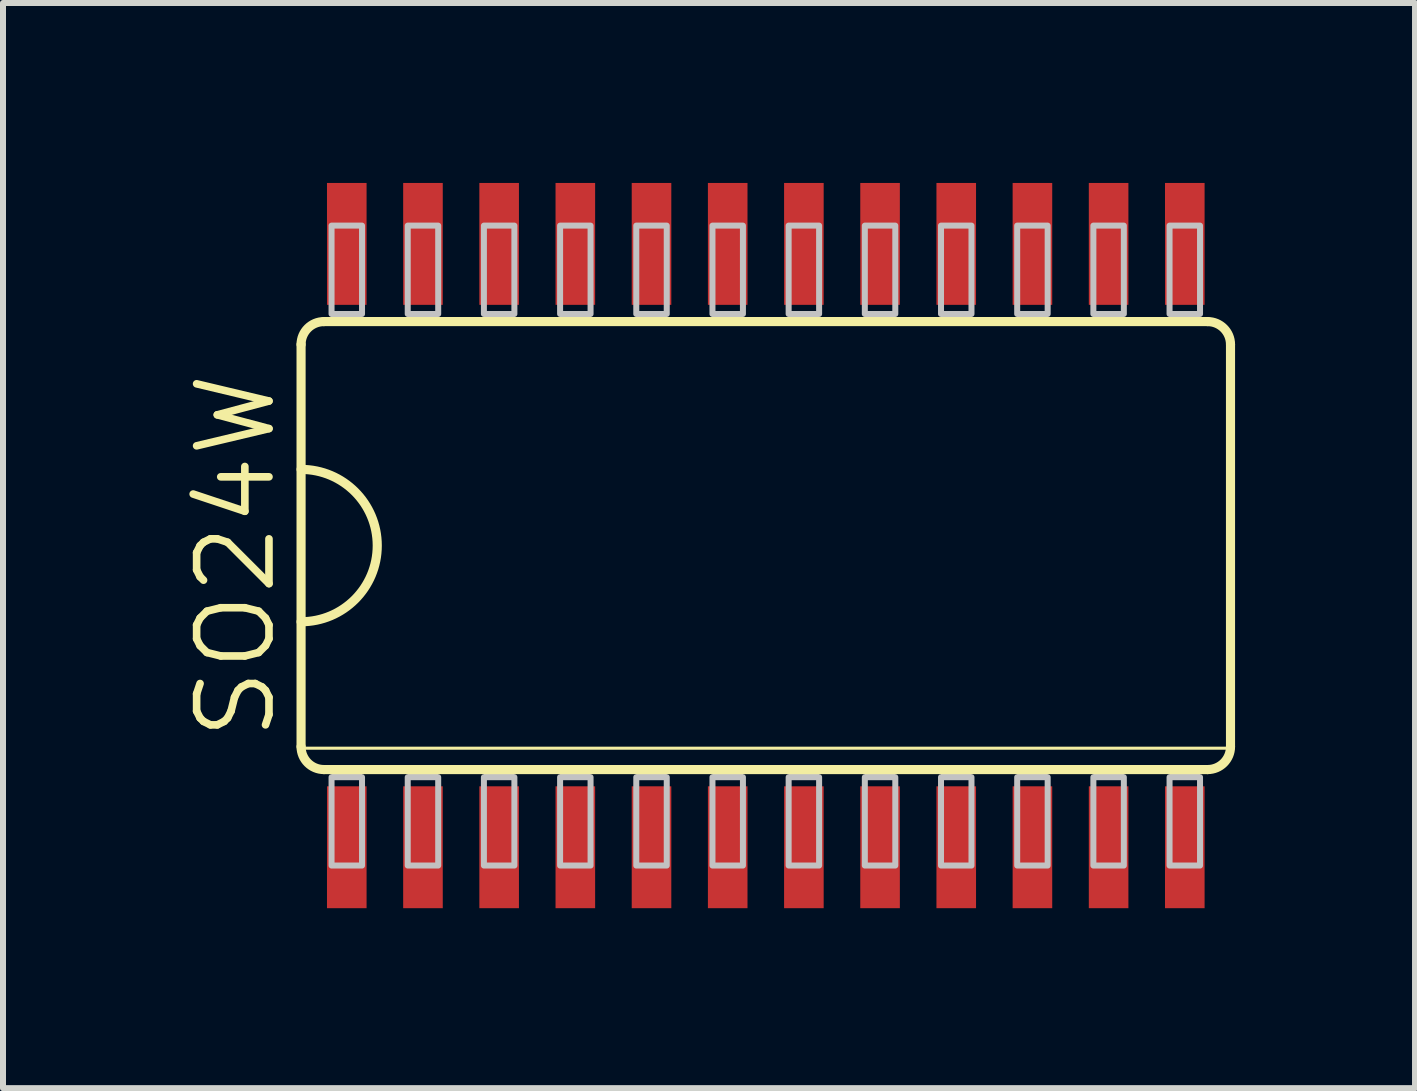
<source format=kicad_pcb>
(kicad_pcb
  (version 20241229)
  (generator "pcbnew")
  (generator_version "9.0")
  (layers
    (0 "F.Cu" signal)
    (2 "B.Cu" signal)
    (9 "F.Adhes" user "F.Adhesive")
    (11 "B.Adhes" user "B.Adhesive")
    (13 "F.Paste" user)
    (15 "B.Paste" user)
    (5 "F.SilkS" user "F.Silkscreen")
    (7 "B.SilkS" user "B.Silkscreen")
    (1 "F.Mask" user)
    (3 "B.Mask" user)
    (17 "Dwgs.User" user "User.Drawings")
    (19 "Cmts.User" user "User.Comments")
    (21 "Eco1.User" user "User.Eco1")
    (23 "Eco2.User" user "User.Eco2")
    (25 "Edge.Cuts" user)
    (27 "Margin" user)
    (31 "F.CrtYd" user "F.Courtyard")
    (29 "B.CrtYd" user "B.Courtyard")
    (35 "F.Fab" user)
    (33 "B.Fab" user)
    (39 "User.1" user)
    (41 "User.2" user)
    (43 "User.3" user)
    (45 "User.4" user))
  (footprint "SO24W"
    (layer "F.Cu")
    (at 9.716 6.045)
    (property "Reference" "SO24W" (at -8.128 3.302 90) (layer "F.SilkS") (effects (font (size 1.206 1.206) (thickness 0.127)) (justify left bottom)))
    (attr through_hole)
    (fp_line (start -7.747 -3.353) (end -7.747 3.353) (stroke (width 0.152) (type solid)) (layer "F.SilkS"))
    (fp_line (start -7.747 3.378) (end 7.747 3.378) (stroke (width 0.051) (type solid)) (layer "F.SilkS"))
    (fp_line (start -7.366 3.734) (end 7.366 3.734) (stroke (width 0.152) (type solid)) (layer "F.SilkS"))
    (fp_line (start 7.366 -3.734) (end -7.366 -3.734) (stroke (width 0.152) (type solid)) (layer "F.SilkS"))
    (fp_line (start 7.747 3.353) (end 7.747 -3.353) (stroke (width 0.152) (type solid)) (layer "F.SilkS"))
    (fp_arc (start -7.747 -3.3528) (mid -7.635408 -3.622208) (end -7.366 -3.7338) (stroke (width 0.1524) (type solid)) (layer "F.SilkS"))
    (fp_arc (start -7.747 -1.27) (mid -6.477 0) (end -7.747 1.27) (stroke (width 0.1524) (type solid)) (layer "F.SilkS"))
    (fp_arc (start -7.366 3.7338) (mid -7.635408 3.622208) (end -7.747 3.3528) (stroke (width 0.1524) (type solid)) (layer "F.SilkS"))
    (fp_arc (start 7.366 -3.7338) (mid 7.635408 -3.622208) (end 7.747 -3.3528) (stroke (width 0.1524) (type solid)) (layer "F.SilkS"))
    (fp_arc (start 7.747 3.3528) (mid 7.635408 3.622208) (end 7.366 3.7338) (stroke (width 0.1524) (type solid)) (layer "F.SilkS"))
    (fp_poly (pts (xy -7.239 -3.734) (xy -6.731 -3.734) (xy -6.731 -3.861) (xy -7.239 -3.861)) (stroke (width 0) (type solid)) (fill yes) (layer "F.SilkS"))
    (fp_poly (pts (xy -7.239 3.861) (xy -6.731 3.861) (xy -6.731 3.734) (xy -7.239 3.734)) (stroke (width 0) (type solid)) (fill yes) (layer "F.SilkS"))
    (fp_poly (pts (xy -5.969 -3.734) (xy -5.461 -3.734) (xy -5.461 -3.861) (xy -5.969 -3.861)) (stroke (width 0) (type solid)) (fill yes) (layer "F.SilkS"))
    (fp_poly (pts (xy -5.969 3.861) (xy -5.461 3.861) (xy -5.461 3.734) (xy -5.969 3.734)) (stroke (width 0) (type solid)) (fill yes) (layer "F.SilkS"))
    (fp_poly (pts (xy -4.699 -3.734) (xy -4.191 -3.734) (xy -4.191 -3.861) (xy -4.699 -3.861)) (stroke (width 0) (type solid)) (fill yes) (layer "F.SilkS"))
    (fp_poly (pts (xy -4.699 3.861) (xy -4.191 3.861) (xy -4.191 3.734) (xy -4.699 3.734)) (stroke (width 0) (type solid)) (fill yes) (layer "F.SilkS"))
    (fp_poly (pts (xy -3.429 -3.734) (xy -2.921 -3.734) (xy -2.921 -3.861) (xy -3.429 -3.861)) (stroke (width 0) (type solid)) (fill yes) (layer "F.SilkS"))
    (fp_poly (pts (xy -3.429 3.861) (xy -2.921 3.861) (xy -2.921 3.734) (xy -3.429 3.734)) (stroke (width 0) (type solid)) (fill yes) (layer "F.SilkS"))
    (fp_poly (pts (xy -2.159 -3.734) (xy -1.651 -3.734) (xy -1.651 -3.861) (xy -2.159 -3.861)) (stroke (width 0) (type solid)) (fill yes) (layer "F.SilkS"))
    (fp_poly (pts (xy -2.159 3.861) (xy -1.651 3.861) (xy -1.651 3.734) (xy -2.159 3.734)) (stroke (width 0) (type solid)) (fill yes) (layer "F.SilkS"))
    (fp_poly (pts (xy -0.889 -3.734) (xy -0.381 -3.734) (xy -0.381 -3.861) (xy -0.889 -3.861)) (stroke (width 0) (type solid)) (fill yes) (layer "F.SilkS"))
    (fp_poly (pts (xy -0.889 3.861) (xy -0.381 3.861) (xy -0.381 3.734) (xy -0.889 3.734)) (stroke (width 0) (type solid)) (fill yes) (layer "F.SilkS"))
    (fp_poly (pts (xy 0.381 -3.734) (xy 0.889 -3.734) (xy 0.889 -3.861) (xy 0.381 -3.861)) (stroke (width 0) (type solid)) (fill yes) (layer "F.SilkS"))
    (fp_poly (pts (xy 0.381 3.861) (xy 0.889 3.861) (xy 0.889 3.734) (xy 0.381 3.734)) (stroke (width 0) (type solid)) (fill yes) (layer "F.SilkS"))
    (fp_poly (pts (xy 1.651 -3.734) (xy 2.159 -3.734) (xy 2.159 -3.861) (xy 1.651 -3.861)) (stroke (width 0) (type solid)) (fill yes) (layer "F.SilkS"))
    (fp_poly (pts (xy 1.651 3.861) (xy 2.159 3.861) (xy 2.159 3.734) (xy 1.651 3.734)) (stroke (width 0) (type solid)) (fill yes) (layer "F.SilkS"))
    (fp_poly (pts (xy 2.921 -3.734) (xy 3.429 -3.734) (xy 3.429 -3.861) (xy 2.921 -3.861)) (stroke (width 0) (type solid)) (fill yes) (layer "F.SilkS"))
    (fp_poly (pts (xy 2.921 3.861) (xy 3.429 3.861) (xy 3.429 3.734) (xy 2.921 3.734)) (stroke (width 0) (type solid)) (fill yes) (layer "F.SilkS"))
    (fp_poly (pts (xy 4.191 -3.734) (xy 4.699 -3.734) (xy 4.699 -3.861) (xy 4.191 -3.861)) (stroke (width 0) (type solid)) (fill yes) (layer "F.SilkS"))
    (fp_poly (pts (xy 4.191 3.861) (xy 4.699 3.861) (xy 4.699 3.734) (xy 4.191 3.734)) (stroke (width 0) (type solid)) (fill yes) (layer "F.SilkS"))
    (fp_poly (pts (xy 5.461 -3.734) (xy 5.969 -3.734) (xy 5.969 -3.861) (xy 5.461 -3.861)) (stroke (width 0) (type solid)) (fill yes) (layer "F.SilkS"))
    (fp_poly (pts (xy 5.461 3.861) (xy 5.969 3.861) (xy 5.969 3.734) (xy 5.461 3.734)) (stroke (width 0) (type solid)) (fill yes) (layer "F.SilkS"))
    (fp_poly (pts (xy 6.731 -3.734) (xy 7.239 -3.734) (xy 7.239 -3.861) (xy 6.731 -3.861)) (stroke (width 0) (type solid)) (fill yes) (layer "F.SilkS"))
    (fp_poly (pts (xy 6.731 3.861) (xy 7.239 3.861) (xy 7.239 3.734) (xy 6.731 3.734)) (stroke (width 0) (type solid)) (fill yes) (layer "F.SilkS"))
    (fp_poly (pts (xy -7.239 -3.861) (xy -6.731 -3.861) (xy -6.731 -5.334) (xy -7.239 -5.334)) (stroke (width 0.1) (type solid)) (fill no) (layer "Dwgs.User"))
    (fp_poly (pts (xy -7.239 5.334) (xy -6.731 5.334) (xy -6.731 3.861) (xy -7.239 3.861)) (stroke (width 0.1) (type solid)) (fill no) (layer "Dwgs.User"))
    (fp_poly (pts (xy -5.969 -3.861) (xy -5.461 -3.861) (xy -5.461 -5.334) (xy -5.969 -5.334)) (stroke (width 0.1) (type solid)) (fill no) (layer "Dwgs.User"))
    (fp_poly (pts (xy -5.969 5.334) (xy -5.461 5.334) (xy -5.461 3.861) (xy -5.969 3.861)) (stroke (width 0.1) (type solid)) (fill no) (layer "Dwgs.User"))
    (fp_poly (pts (xy -4.699 -3.861) (xy -4.191 -3.861) (xy -4.191 -5.334) (xy -4.699 -5.334)) (stroke (width 0.1) (type solid)) (fill no) (layer "Dwgs.User"))
    (fp_poly (pts (xy -4.699 5.334) (xy -4.191 5.334) (xy -4.191 3.861) (xy -4.699 3.861)) (stroke (width 0.1) (type solid)) (fill no) (layer "Dwgs.User"))
    (fp_poly (pts (xy -3.429 -3.861) (xy -2.921 -3.861) (xy -2.921 -5.334) (xy -3.429 -5.334)) (stroke (width 0.1) (type solid)) (fill no) (layer "Dwgs.User"))
    (fp_poly (pts (xy -3.429 5.334) (xy -2.921 5.334) (xy -2.921 3.861) (xy -3.429 3.861)) (stroke (width 0.1) (type solid)) (fill no) (layer "Dwgs.User"))
    (fp_poly (pts (xy -2.159 -3.861) (xy -1.651 -3.861) (xy -1.651 -5.334) (xy -2.159 -5.334)) (stroke (width 0.1) (type solid)) (fill no) (layer "Dwgs.User"))
    (fp_poly (pts (xy -2.159 5.334) (xy -1.651 5.334) (xy -1.651 3.861) (xy -2.159 3.861)) (stroke (width 0.1) (type solid)) (fill no) (layer "Dwgs.User"))
    (fp_poly (pts (xy -0.889 -3.861) (xy -0.381 -3.861) (xy -0.381 -5.334) (xy -0.889 -5.334)) (stroke (width 0.1) (type solid)) (fill no) (layer "Dwgs.User"))
    (fp_poly (pts (xy -0.889 5.334) (xy -0.381 5.334) (xy -0.381 3.861) (xy -0.889 3.861)) (stroke (width 0.1) (type solid)) (fill no) (layer "Dwgs.User"))
    (fp_poly (pts (xy 0.381 -3.861) (xy 0.889 -3.861) (xy 0.889 -5.334) (xy 0.381 -5.334)) (stroke (width 0.1) (type solid)) (fill no) (layer "Dwgs.User"))
    (fp_poly (pts (xy 0.381 5.334) (xy 0.889 5.334) (xy 0.889 3.861) (xy 0.381 3.861)) (stroke (width 0.1) (type solid)) (fill no) (layer "Dwgs.User"))
    (fp_poly (pts (xy 1.651 -3.861) (xy 2.159 -3.861) (xy 2.159 -5.334) (xy 1.651 -5.334)) (stroke (width 0.1) (type solid)) (fill no) (layer "Dwgs.User"))
    (fp_poly (pts (xy 1.651 5.334) (xy 2.159 5.334) (xy 2.159 3.861) (xy 1.651 3.861)) (stroke (width 0.1) (type solid)) (fill no) (layer "Dwgs.User"))
    (fp_poly (pts (xy 2.921 -3.861) (xy 3.429 -3.861) (xy 3.429 -5.334) (xy 2.921 -5.334)) (stroke (width 0.1) (type solid)) (fill no) (layer "Dwgs.User"))
    (fp_poly (pts (xy 2.921 5.334) (xy 3.429 5.334) (xy 3.429 3.861) (xy 2.921 3.861)) (stroke (width 0.1) (type solid)) (fill no) (layer "Dwgs.User"))
    (fp_poly (pts (xy 4.191 -3.861) (xy 4.699 -3.861) (xy 4.699 -5.334) (xy 4.191 -5.334)) (stroke (width 0.1) (type solid)) (fill no) (layer "Dwgs.User"))
    (fp_poly (pts (xy 4.191 5.334) (xy 4.699 5.334) (xy 4.699 3.861) (xy 4.191 3.861)) (stroke (width 0.1) (type solid)) (fill no) (layer "Dwgs.User"))
    (fp_poly (pts (xy 5.461 -3.861) (xy 5.969 -3.861) (xy 5.969 -5.334) (xy 5.461 -5.334)) (stroke (width 0.1) (type solid)) (fill no) (layer "Dwgs.User"))
    (fp_poly (pts (xy 5.461 5.334) (xy 5.969 5.334) (xy 5.969 3.861) (xy 5.461 3.861)) (stroke (width 0.1) (type solid)) (fill no) (layer "Dwgs.User"))
    (fp_poly (pts (xy 6.731 -3.861) (xy 7.239 -3.861) (xy 7.239 -5.334) (xy 6.731 -5.334)) (stroke (width 0.1) (type solid)) (fill no) (layer "Dwgs.User"))
    (fp_poly (pts (xy 6.731 5.334) (xy 7.239 5.334) (xy 7.239 3.861) (xy 6.731 3.861)) (stroke (width 0.1) (type solid)) (fill no) (layer "Dwgs.User"))
    (pad "1" smd rect (at -6.985 5.029) (size 0.66 2.032) (layers "F.Cu" "F.Mask" "F.Paste"))
    (pad "2" smd rect (at -5.715 5.029) (size 0.66 2.032) (layers "F.Cu" "F.Mask" "F.Paste"))
    (pad "3" smd rect (at -4.445 5.029) (size 0.66 2.032) (layers "F.Cu" "F.Mask" "F.Paste"))
    (pad "4" smd rect (at -3.175 5.029) (size 0.66 2.032) (layers "F.Cu" "F.Mask" "F.Paste"))
    (pad "5" smd rect (at -1.905 5.029) (size 0.66 2.032) (layers "F.Cu" "F.Mask" "F.Paste"))
    (pad "6" smd rect (at -0.635 5.029) (size 0.66 2.032) (layers "F.Cu" "F.Mask" "F.Paste"))
    (pad "7" smd rect (at 0.635 5.029) (size 0.66 2.032) (layers "F.Cu" "F.Mask" "F.Paste"))
    (pad "8" smd rect (at 1.905 5.029) (size 0.66 2.032) (layers "F.Cu" "F.Mask" "F.Paste"))
    (pad "9" smd rect (at 3.175 5.029) (size 0.66 2.032) (layers "F.Cu" "F.Mask" "F.Paste"))
    (pad "10" smd rect (at 4.445 5.029) (size 0.66 2.032) (layers "F.Cu" "F.Mask" "F.Paste"))
    (pad "11" smd rect (at 5.715 5.029) (size 0.66 2.032) (layers "F.Cu" "F.Mask" "F.Paste"))
    (pad "12" smd rect (at 6.985 5.029) (size 0.66 2.032) (layers "F.Cu" "F.Mask" "F.Paste"))
    (pad "13" smd rect (at 6.985 -5.029) (size 0.66 2.032) (layers "F.Cu" "F.Mask" "F.Paste"))
    (pad "14" smd rect (at 5.715 -5.029) (size 0.66 2.032) (layers "F.Cu" "F.Mask" "F.Paste"))
    (pad "15" smd rect (at 4.445 -5.029) (size 0.66 2.032) (layers "F.Cu" "F.Mask" "F.Paste"))
    (pad "16" smd rect (at 3.175 -5.029) (size 0.66 2.032) (layers "F.Cu" "F.Mask" "F.Paste"))
    (pad "17" smd rect (at 1.905 -5.029) (size 0.66 2.032) (layers "F.Cu" "F.Mask" "F.Paste"))
    (pad "18" smd rect (at 0.635 -5.029) (size 0.66 2.032) (layers "F.Cu" "F.Mask" "F.Paste"))
    (pad "19" smd rect (at -0.635 -5.029) (size 0.66 2.032) (layers "F.Cu" "F.Mask" "F.Paste"))
    (pad "20" smd rect (at -1.905 -5.029) (size 0.66 2.032) (layers "F.Cu" "F.Mask" "F.Paste"))
    (pad "21" smd rect (at -3.175 -5.029) (size 0.66 2.032) (layers "F.Cu" "F.Mask" "F.Paste"))
    (pad "22" smd rect (at -4.445 -5.029) (size 0.66 2.032) (layers "F.Cu" "F.Mask" "F.Paste"))
    (pad "23" smd rect (at -5.715 -5.029) (size 0.66 2.032) (layers "F.Cu" "F.Mask" "F.Paste"))
    (pad "24" smd rect (at -6.985 -5.029) (size 0.66 2.032) (layers "F.Cu" "F.Mask" "F.Paste")))
  (gr_rect
    (start -3 -3)
    (end 20.539 15.09)
    (stroke (width 0.1) (type default))
    (fill no)
    (layer "Edge.Cuts")))
</source>
